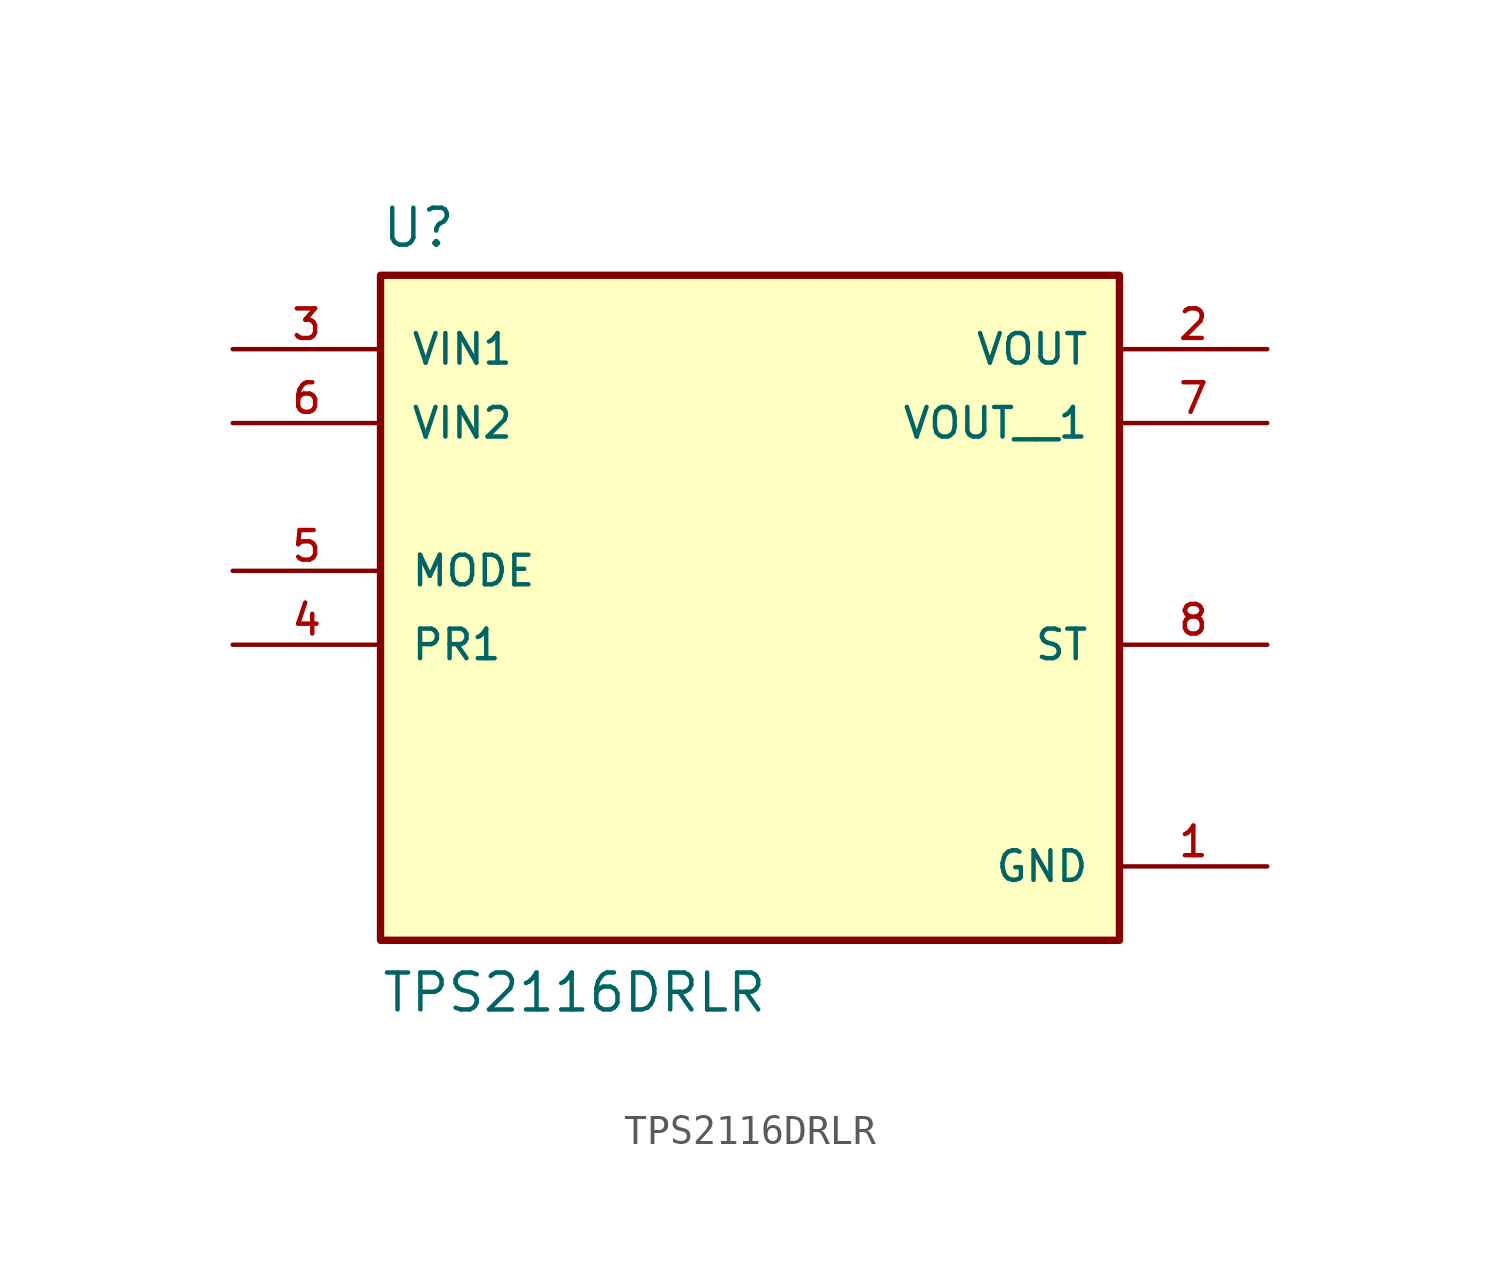
<source format=kicad_sym>
(kicad_symbol_lib
  (version 20211014)
  (generator kicad_symbol_editor)
  (symbol "TPS2116DRLR"
    (pin_names
      (offset 1.016))
    (property "Reference" "U"
      (at -12.7 11.049 0.0)
      (effects (font (size 1.27 1.27)) (justify bottom left)))
    (property "Value" "TPS2116DRLR"
      (at -12.7 -15.24 0.0)
      (effects (font (size 1.27 1.27)) (justify bottom left)))
    (symbol "TPS2116DRLR_0_0"
      (rectangle (start -12.7 -12.7) (end 12.7 10.16) (stroke (width 0.254)) (fill (type background)))
      (pin input line (at -17.78 0.0 0) (length 5.08) (name "MODE" (effects (font (size 1.016 1.016)))) (number "5" (effects (font (size 1.016 1.016)))))
      (pin input line (at -17.78 -2.54 0) (length 5.08) (name "PR1" (effects (font (size 1.016 1.016)))) (number "4" (effects (font (size 1.016 1.016)))))
      (pin input line (at -17.78 5.08 0) (length 5.08) (name "VIN2" (effects (font (size 1.016 1.016)))) (number "6" (effects (font (size 1.016 1.016)))))
      (pin output line (at 17.78 -2.54 180.0) (length 5.08) (name "ST" (effects (font (size 1.016 1.016)))) (number "8" (effects (font (size 1.016 1.016)))))
      (pin input line (at -17.78 7.62 0) (length 5.08) (name "VIN1" (effects (font (size 1.016 1.016)))) (number "3" (effects (font (size 1.016 1.016)))))
      (pin output line (at 17.78 7.62 180.0) (length 5.08) (name "VOUT" (effects (font (size 1.016 1.016)))) (number "2" (effects (font (size 1.016 1.016)))))
      (pin power_in line (at 17.78 -10.16 180.0) (length 5.08) (name "GND" (effects (font (size 1.016 1.016)))) (number "1" (effects (font (size 1.016 1.016)))))
      (pin output line (at 17.78 5.08 180.0) (length 5.08) (name "VOUT__1" (effects (font (size 1.016 1.016)))) (number "7" (effects (font (size 1.016 1.016))))))))
</source>
